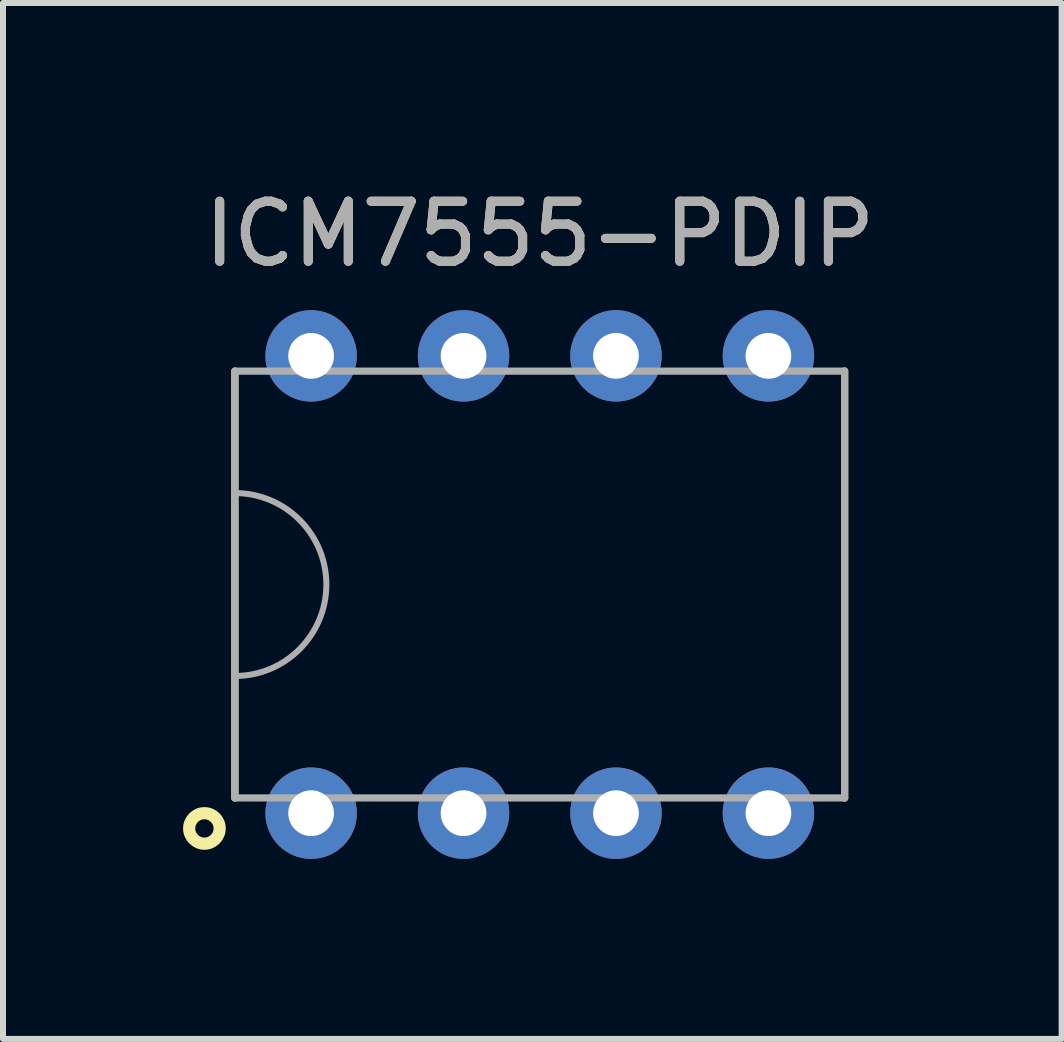
<source format=kicad_pcb>
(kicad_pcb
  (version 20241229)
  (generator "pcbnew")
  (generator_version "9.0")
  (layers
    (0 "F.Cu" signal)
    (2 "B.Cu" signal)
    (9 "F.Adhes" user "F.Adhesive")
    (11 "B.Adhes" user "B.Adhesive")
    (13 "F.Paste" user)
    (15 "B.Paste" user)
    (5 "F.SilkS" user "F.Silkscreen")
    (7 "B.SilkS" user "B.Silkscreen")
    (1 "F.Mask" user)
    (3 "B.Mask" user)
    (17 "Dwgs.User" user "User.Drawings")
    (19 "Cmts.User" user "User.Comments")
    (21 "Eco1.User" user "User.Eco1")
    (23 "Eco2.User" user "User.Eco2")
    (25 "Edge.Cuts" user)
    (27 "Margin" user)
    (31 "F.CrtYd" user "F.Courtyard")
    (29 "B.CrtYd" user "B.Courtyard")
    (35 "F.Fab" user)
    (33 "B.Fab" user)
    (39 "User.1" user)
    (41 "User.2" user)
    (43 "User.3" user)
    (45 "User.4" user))
  (footprint "ICM7555-PDIP"
    (layer "F.Cu")
    (at 5.944 6.69)
    (property "Reference" "ICM7555-PDIP" (at 0 -5.842 0) (unlocked yes) (layer "F.SilkS") (effects (font (size 1 1) (thickness 0.15))))
    (attr through_hole)
    (fp_line (start -5.08 3.556) (end -5.08 -3.556) (stroke (width 0.12) (type solid)) (layer "F.SilkS"))
    (fp_line (start 5.08 3.556) (end 5.08 -3.556) (stroke (width 0.12) (type solid)) (layer "F.SilkS"))
    (fp_circle (center -5.588 4.064) (end -5.334 4.064) (stroke (width 0.203) (type solid)) (fill no) (layer "F.SilkS"))
    (fp_line (start -5.08 -3.556) (end 5.08 -3.556) (stroke (width 0.12) (type solid)) (layer "F.Fab"))
    (fp_line (start -5.08 3.556) (end -5.08 -3.556) (stroke (width 0.12) (type solid)) (layer "F.Fab"))
    (fp_line (start -5.08 3.556) (end 5.08 3.556) (stroke (width 0.12) (type solid)) (layer "F.Fab"))
    (fp_line (start 5.08 -3.556) (end 5.08 3.556) (stroke (width 0.12) (type solid)) (layer "F.Fab"))
    (fp_arc (start -5.08 -1.524) (mid -3.556 0) (end -5.08 1.524) (stroke (width 0.1) (type solid)) (layer "F.Fab"))
    (fp_text user "${REFERENCE}" (at 0 -5.842 0) (unlocked yes) (layer "F.Fab") (effects (font (size 1 1) (thickness 0.15))))
    (pad "1" thru_hole circle (at -3.81 3.81) (size 1.524 1.524) (drill 0.762) (layers "*.Cu" "*.Mask"))
    (pad "2" thru_hole circle (at -1.27 3.81) (size 1.524 1.524) (drill 0.762) (layers "*.Cu" "*.Mask"))
    (pad "3" thru_hole circle (at 1.27 3.81) (size 1.524 1.524) (drill 0.762) (layers "*.Cu" "*.Mask"))
    (pad "4" thru_hole circle (at 3.81 3.81) (size 1.524 1.524) (drill 0.762) (layers "*.Cu" "*.Mask"))
    (pad "5" thru_hole circle (at 3.81 -3.81) (size 1.524 1.524) (drill 0.762) (layers "*.Cu" "*.Mask"))
    (pad "6" thru_hole circle (at 1.27 -3.81) (size 1.524 1.524) (drill 0.762) (layers "*.Cu" "*.Mask"))
    (pad "7" thru_hole circle (at -1.27 -3.81) (size 1.524 1.524) (drill 0.762) (layers "*.Cu" "*.Mask"))
    (pad "8" thru_hole circle (at -3.81 -3.81) (size 1.524 1.524) (drill 0.762) (layers "*.Cu" "*.Mask")))
  (gr_rect
    (start -3 -3)
    (end 14.64 14.262)
    (stroke (width 0.1) (type default))
    (fill no)
    (layer "Edge.Cuts")))
</source>
